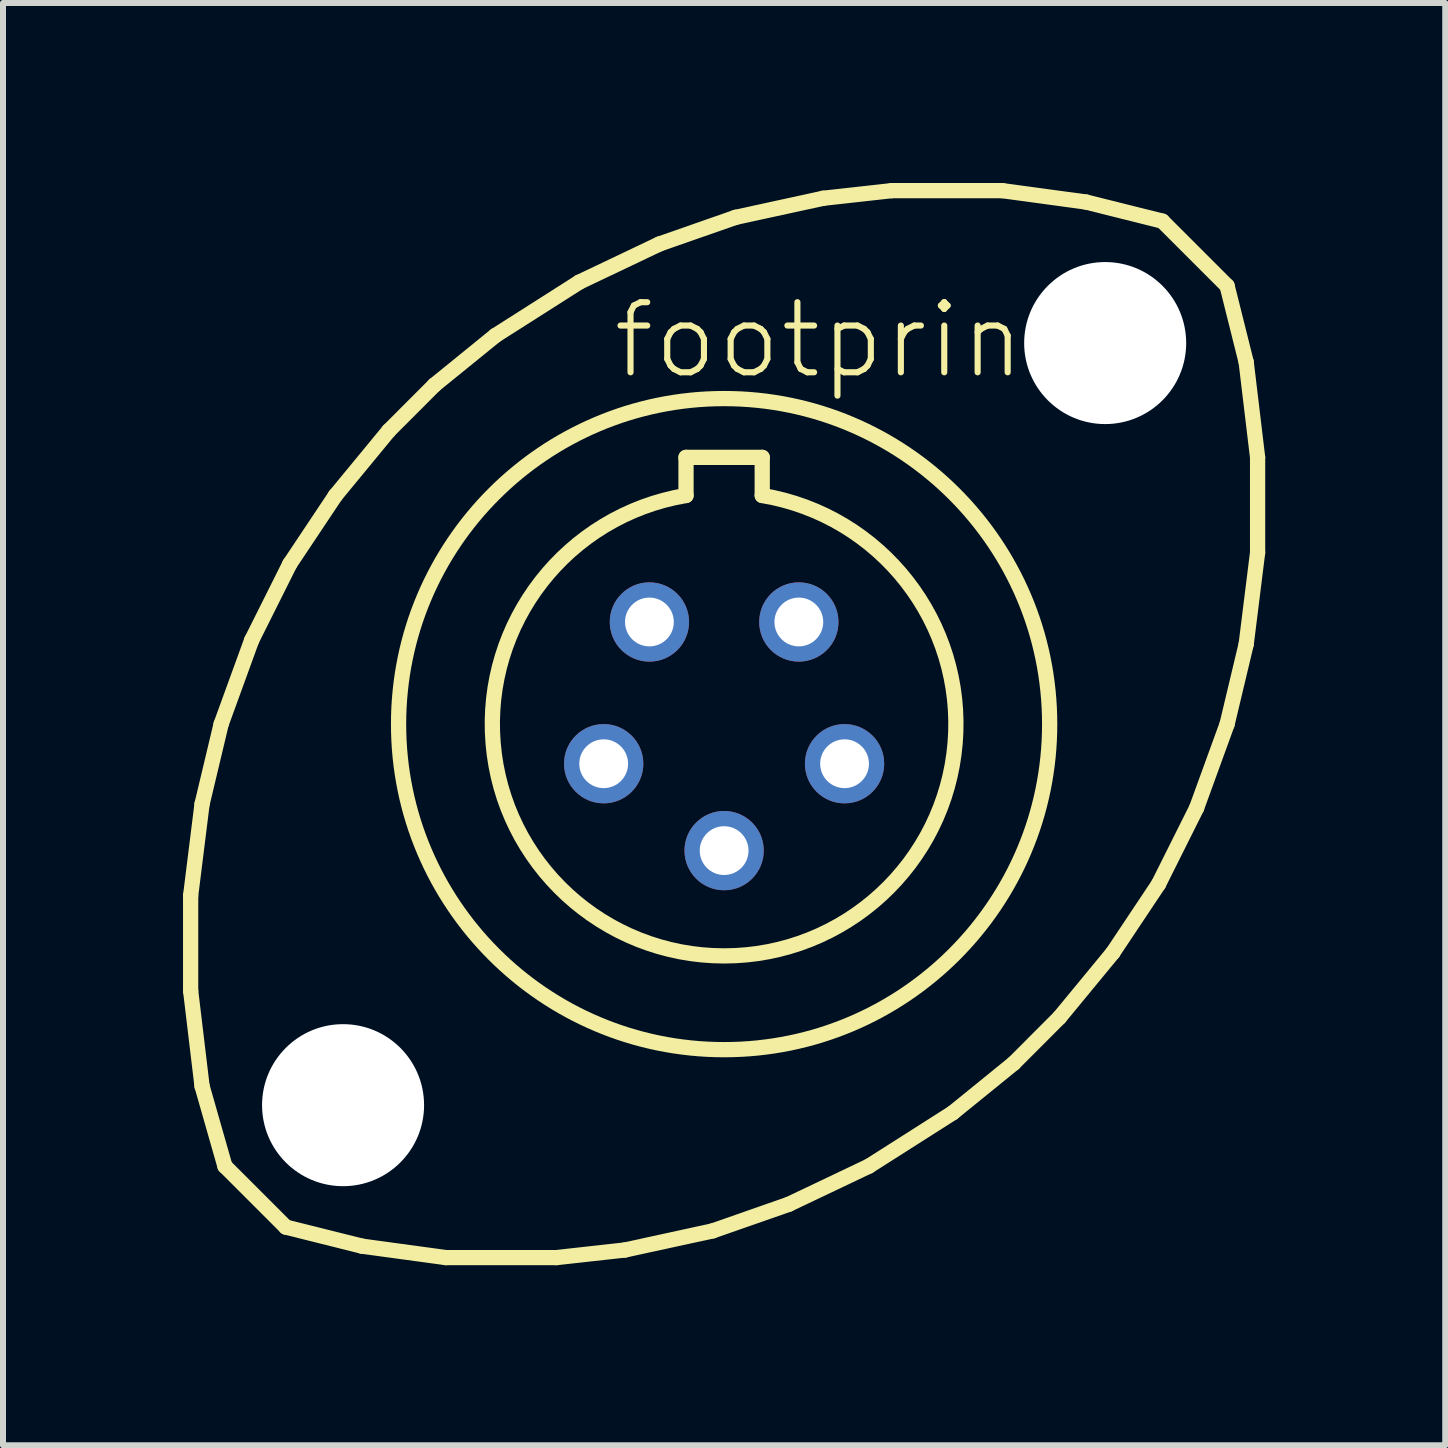
<source format=kicad_pcb>
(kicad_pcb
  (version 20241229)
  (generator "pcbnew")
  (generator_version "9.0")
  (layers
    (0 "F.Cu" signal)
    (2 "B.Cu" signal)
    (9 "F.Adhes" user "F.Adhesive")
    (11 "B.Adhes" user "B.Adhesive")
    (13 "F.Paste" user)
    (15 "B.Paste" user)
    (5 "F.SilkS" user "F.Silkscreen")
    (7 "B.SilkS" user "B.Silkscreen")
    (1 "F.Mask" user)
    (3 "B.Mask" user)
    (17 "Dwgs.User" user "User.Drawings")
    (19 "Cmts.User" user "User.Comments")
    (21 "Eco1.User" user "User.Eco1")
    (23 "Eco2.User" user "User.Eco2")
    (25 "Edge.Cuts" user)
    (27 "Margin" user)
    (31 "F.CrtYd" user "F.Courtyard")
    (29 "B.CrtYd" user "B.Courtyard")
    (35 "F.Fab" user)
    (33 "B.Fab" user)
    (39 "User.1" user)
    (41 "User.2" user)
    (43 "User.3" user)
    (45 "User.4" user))
  (footprint "footprint"
    (layer "F.Cu")
    (at 9.017 9.017)
    (property "Reference" "footprint" (at -1.905 -5.715 0) (layer "F.SilkS") (effects (font (size 1.168 1.168) (thickness 0.102)) (justify left bottom)))
    (fp_line (start -8.89 2.857) (end -8.7 1.333) (stroke (width 0.254) (type solid)) (layer "F.SilkS"))
    (fp_line (start -8.89 4.445) (end -8.89 2.857) (stroke (width 0.254) (type solid)) (layer "F.SilkS"))
    (fp_line (start -8.7 1.333) (end -8.382 0) (stroke (width 0.254) (type solid)) (layer "F.SilkS"))
    (fp_line (start -8.7 6.032) (end -8.89 4.445) (stroke (width 0.254) (type solid)) (layer "F.SilkS"))
    (fp_line (start -8.382 0) (end -7.874 -1.397) (stroke (width 0.254) (type solid)) (layer "F.SilkS"))
    (fp_line (start -8.319 7.366) (end -8.7 6.032) (stroke (width 0.254) (type solid)) (layer "F.SilkS"))
    (fp_line (start -7.874 -1.397) (end -7.239 -2.667) (stroke (width 0.254) (type solid)) (layer "F.SilkS"))
    (fp_line (start -7.303 8.382) (end -8.319 7.366) (stroke (width 0.254) (type solid)) (layer "F.SilkS"))
    (fp_line (start -7.239 -2.667) (end -6.477 -3.81) (stroke (width 0.254) (type solid)) (layer "F.SilkS"))
    (fp_line (start -6.477 -3.81) (end -5.588 -4.889) (stroke (width 0.254) (type solid)) (layer "F.SilkS"))
    (fp_line (start -6.032 8.7) (end -7.303 8.382) (stroke (width 0.254) (type solid)) (layer "F.SilkS"))
    (fp_line (start -5.588 -4.889) (end -4.826 -5.652) (stroke (width 0.254) (type solid)) (layer "F.SilkS"))
    (fp_line (start -4.826 -5.652) (end -3.81 -6.477) (stroke (width 0.254) (type solid)) (layer "F.SilkS"))
    (fp_line (start -4.636 8.89) (end -6.032 8.7) (stroke (width 0.254) (type solid)) (layer "F.SilkS"))
    (fp_line (start -3.81 -6.477) (end -2.413 -7.366) (stroke (width 0.254) (type solid)) (layer "F.SilkS"))
    (fp_line (start -2.794 8.89) (end -4.636 8.89) (stroke (width 0.254) (type solid)) (layer "F.SilkS"))
    (fp_line (start -2.413 -7.366) (end -1.079 -8.001) (stroke (width 0.254) (type solid)) (layer "F.SilkS"))
    (fp_line (start -1.651 8.763) (end -2.794 8.89) (stroke (width 0.254) (type solid)) (layer "F.SilkS"))
    (fp_line (start -1.079 -8.001) (end 0.191 -8.445) (stroke (width 0.254) (type solid)) (layer "F.SilkS"))
    (fp_line (start -0.635 -4.445) (end 0.635 -4.445) (stroke (width 0.254) (type solid)) (layer "F.SilkS"))
    (fp_line (start -0.635 -3.81) (end -0.635 -4.445) (stroke (width 0.254) (type solid)) (layer "F.SilkS"))
    (fp_line (start -0.191 8.445) (end -1.651 8.763) (stroke (width 0.254) (type solid)) (layer "F.SilkS"))
    (fp_line (start 0.191 -8.445) (end 1.651 -8.763) (stroke (width 0.254) (type solid)) (layer "F.SilkS"))
    (fp_line (start 0.635 -4.445) (end 0.635 -3.81) (stroke (width 0.254) (type solid)) (layer "F.SilkS"))
    (fp_line (start 1.079 8.001) (end -0.191 8.445) (stroke (width 0.254) (type solid)) (layer "F.SilkS"))
    (fp_line (start 1.651 -8.763) (end 2.794 -8.89) (stroke (width 0.254) (type solid)) (layer "F.SilkS"))
    (fp_line (start 2.413 7.366) (end 1.079 8.001) (stroke (width 0.254) (type solid)) (layer "F.SilkS"))
    (fp_line (start 2.794 -8.89) (end 4.636 -8.89) (stroke (width 0.254) (type solid)) (layer "F.SilkS"))
    (fp_line (start 3.81 6.477) (end 2.413 7.366) (stroke (width 0.254) (type solid)) (layer "F.SilkS"))
    (fp_line (start 4.636 -8.89) (end 6.032 -8.7) (stroke (width 0.254) (type solid)) (layer "F.SilkS"))
    (fp_line (start 4.826 5.652) (end 3.81 6.477) (stroke (width 0.254) (type solid)) (layer "F.SilkS"))
    (fp_line (start 5.588 4.889) (end 4.826 5.652) (stroke (width 0.254) (type solid)) (layer "F.SilkS"))
    (fp_line (start 6.032 -8.7) (end 7.303 -8.382) (stroke (width 0.254) (type solid)) (layer "F.SilkS"))
    (fp_line (start 6.477 3.81) (end 5.588 4.889) (stroke (width 0.254) (type solid)) (layer "F.SilkS"))
    (fp_line (start 7.239 2.667) (end 6.477 3.81) (stroke (width 0.254) (type solid)) (layer "F.SilkS"))
    (fp_line (start 7.874 1.397) (end 7.239 2.667) (stroke (width 0.254) (type solid)) (layer "F.SilkS"))
    (fp_line (start 8.382 -7.303) (end 7.303 -8.382) (stroke (width 0.254) (type solid)) (layer "F.SilkS"))
    (fp_line (start 8.382 -7.303) (end 8.7 -6.032) (stroke (width 0.254) (type solid)) (layer "F.SilkS"))
    (fp_line (start 8.382 0) (end 7.874 1.397) (stroke (width 0.254) (type solid)) (layer "F.SilkS"))
    (fp_line (start 8.7 -6.032) (end 8.89 -4.445) (stroke (width 0.254) (type solid)) (layer "F.SilkS"))
    (fp_line (start 8.7 -1.333) (end 8.382 0) (stroke (width 0.254) (type solid)) (layer "F.SilkS"))
    (fp_line (start 8.89 -4.445) (end 8.89 -2.857) (stroke (width 0.254) (type solid)) (layer "F.SilkS"))
    (fp_line (start 8.89 -2.857) (end 8.7 -1.333) (stroke (width 0.254) (type solid)) (layer "F.SilkS"))
    (fp_arc (start 0.635 -3.81) (mid 0 3.862554) (end -0.635 -3.81) (stroke (width 0.254) (type solid)) (layer "F.SilkS"))
    (fp_circle (center 0 0) (end 5.425 0) (stroke (width 0.254) (type solid)) (fill no) (layer "F.SilkS"))
    (pad "" np_thru_hole circle (at -6.35 6.35) (size 2.7 2.7) (drill 2.7) (layers "*.Cu" "*.Mask"))
    (pad "" np_thru_hole circle (at 6.35 -6.35) (size 2.7 2.7) (drill 2.7) (layers "*.Cu" "*.Mask"))
    (pad "1" thru_hole circle (at -1.245 -1.702) (size 1.321 1.321) (drill 0.813) (layers "*.Cu" "*.Mask"))
    (pad "2" thru_hole circle (at -2.007 0.66) (size 1.321 1.321) (drill 0.813) (layers "*.Cu" "*.Mask"))
    (pad "3" thru_hole circle (at 0 2.108) (size 1.321 1.321) (drill 0.813) (layers "*.Cu" "*.Mask"))
    (pad "4" thru_hole circle (at 2.007 0.66) (size 1.321 1.321) (drill 0.813) (layers "*.Cu" "*.Mask"))
    (pad "5" thru_hole circle (at 1.245 -1.702) (size 1.321 1.321) (drill 0.813) (layers "*.Cu" "*.Mask")))
  (gr_rect
    (start -3 -3)
    (end 21.034 21.034)
    (stroke (width 0.1) (type default))
    (fill no)
    (layer "Edge.Cuts")))
</source>
